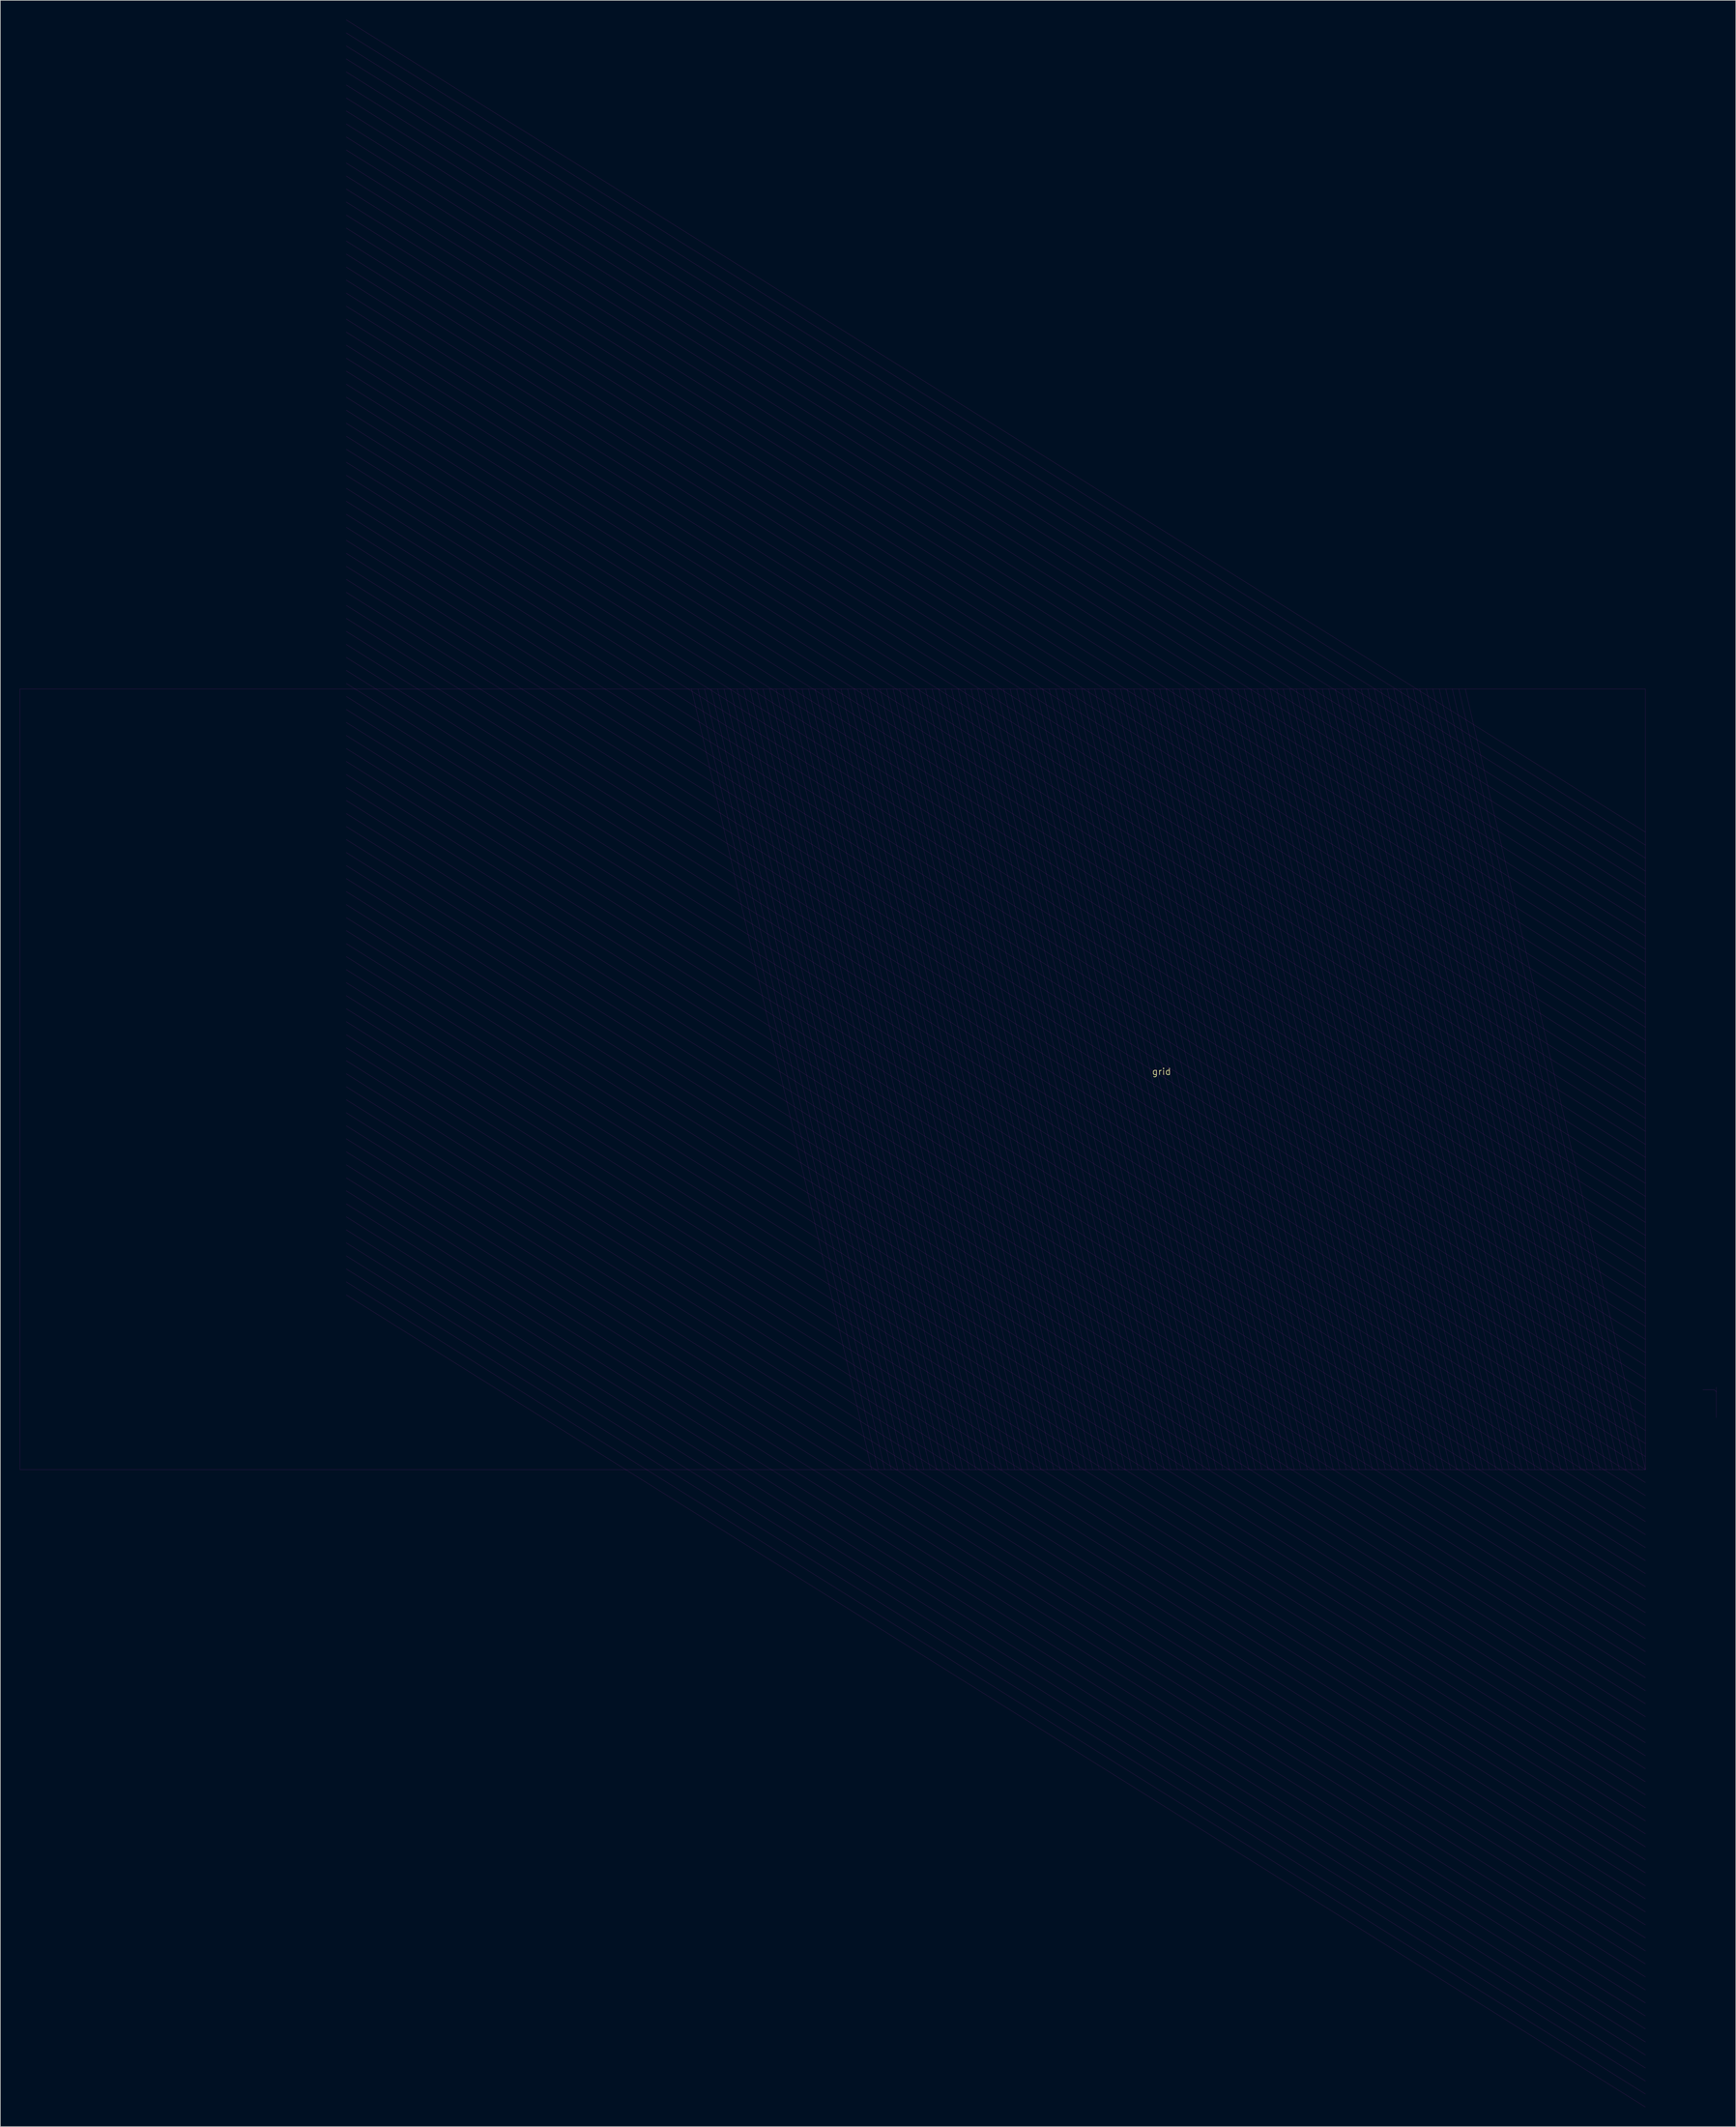
<source format=kicad_pcb>
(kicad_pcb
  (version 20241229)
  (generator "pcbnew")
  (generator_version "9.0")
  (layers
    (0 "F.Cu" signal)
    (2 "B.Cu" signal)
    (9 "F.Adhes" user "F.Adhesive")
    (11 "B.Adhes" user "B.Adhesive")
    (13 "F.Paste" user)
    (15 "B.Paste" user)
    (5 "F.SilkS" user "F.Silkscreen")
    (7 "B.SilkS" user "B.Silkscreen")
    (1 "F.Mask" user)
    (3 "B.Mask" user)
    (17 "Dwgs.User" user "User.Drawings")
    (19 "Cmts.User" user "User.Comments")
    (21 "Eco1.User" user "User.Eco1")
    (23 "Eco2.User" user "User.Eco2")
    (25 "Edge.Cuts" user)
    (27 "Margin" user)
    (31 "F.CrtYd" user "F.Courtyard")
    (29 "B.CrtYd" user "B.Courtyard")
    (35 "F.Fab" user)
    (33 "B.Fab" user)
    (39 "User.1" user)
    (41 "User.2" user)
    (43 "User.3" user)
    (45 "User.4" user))
  (footprint "grid"
    (layer "F.Cu")
    (at 175.585 162.191)
    (property "Reference" "grid" (at 0 -0.5 0) (unlocked yes) (layer "F.SilkS") (effects (font (size 1 1) (thickness 0.1))))
    (fp_line (start -175.58 -59.33) (end 74.42 -59.33) (stroke (width 0.01) (type solid)) (layer "F.CrtYd"))
    (fp_line (start -175.58 60.67) (end -175.58 -59.33) (stroke (width 0.01) (type solid)) (layer "F.CrtYd"))
    (fp_line (start -44.58 60.67) (end -72.284 -59.33) (stroke (width 0.01) (type solid)) (layer "F.CrtYd"))
    (fp_line (start -43.58 60.67) (end -71.284 -59.33) (stroke (width 0.01) (type solid)) (layer "F.CrtYd"))
    (fp_line (start -42.58 60.67) (end -70.284 -59.33) (stroke (width 0.01) (type solid)) (layer "F.CrtYd"))
    (fp_line (start -41.58 60.67) (end -69.284 -59.33) (stroke (width 0.01) (type solid)) (layer "F.CrtYd"))
    (fp_line (start -40.58 60.67) (end -68.284 -59.33) (stroke (width 0.01) (type solid)) (layer "F.CrtYd"))
    (fp_line (start -39.58 60.67) (end -67.284 -59.33) (stroke (width 0.01) (type solid)) (layer "F.CrtYd"))
    (fp_line (start -38.58 60.67) (end -66.284 -59.33) (stroke (width 0.01) (type solid)) (layer "F.CrtYd"))
    (fp_line (start -37.58 60.67) (end -65.284 -59.33) (stroke (width 0.01) (type solid)) (layer "F.CrtYd"))
    (fp_line (start -36.58 60.67) (end -64.284 -59.33) (stroke (width 0.01) (type solid)) (layer "F.CrtYd"))
    (fp_line (start -35.58 60.67) (end -63.284 -59.33) (stroke (width 0.01) (type solid)) (layer "F.CrtYd"))
    (fp_line (start -34.58 60.67) (end -62.284 -59.33) (stroke (width 0.01) (type solid)) (layer "F.CrtYd"))
    (fp_line (start -33.58 60.67) (end -61.284 -59.33) (stroke (width 0.01) (type solid)) (layer "F.CrtYd"))
    (fp_line (start -32.58 60.67) (end -60.284 -59.33) (stroke (width 0.01) (type solid)) (layer "F.CrtYd"))
    (fp_line (start -31.58 60.67) (end -59.284 -59.33) (stroke (width 0.01) (type solid)) (layer "F.CrtYd"))
    (fp_line (start -30.58 60.67) (end -58.284 -59.33) (stroke (width 0.01) (type solid)) (layer "F.CrtYd"))
    (fp_line (start -29.58 60.67) (end -57.284 -59.33) (stroke (width 0.01) (type solid)) (layer "F.CrtYd"))
    (fp_line (start -28.58 60.67) (end -56.284 -59.33) (stroke (width 0.01) (type solid)) (layer "F.CrtYd"))
    (fp_line (start -27.58 60.67) (end -55.284 -59.33) (stroke (width 0.01) (type solid)) (layer "F.CrtYd"))
    (fp_line (start -26.58 60.67) (end -54.284 -59.33) (stroke (width 0.01) (type solid)) (layer "F.CrtYd"))
    (fp_line (start -25.58 60.67) (end -53.284 -59.33) (stroke (width 0.01) (type solid)) (layer "F.CrtYd"))
    (fp_line (start -24.58 60.67) (end -52.284 -59.33) (stroke (width 0.01) (type solid)) (layer "F.CrtYd"))
    (fp_line (start -23.58 60.67) (end -51.284 -59.33) (stroke (width 0.01) (type solid)) (layer "F.CrtYd"))
    (fp_line (start -22.58 60.67) (end -50.284 -59.33) (stroke (width 0.01) (type solid)) (layer "F.CrtYd"))
    (fp_line (start -21.58 60.67) (end -49.284 -59.33) (stroke (width 0.01) (type solid)) (layer "F.CrtYd"))
    (fp_line (start -20.58 60.67) (end -48.284 -59.33) (stroke (width 0.01) (type solid)) (layer "F.CrtYd"))
    (fp_line (start -19.58 60.67) (end -47.284 -59.33) (stroke (width 0.01) (type solid)) (layer "F.CrtYd"))
    (fp_line (start -18.58 60.67) (end -46.284 -59.33) (stroke (width 0.01) (type solid)) (layer "F.CrtYd"))
    (fp_line (start -17.58 60.67) (end -45.284 -59.33) (stroke (width 0.01) (type solid)) (layer "F.CrtYd"))
    (fp_line (start -16.58 60.67) (end -44.284 -59.33) (stroke (width 0.01) (type solid)) (layer "F.CrtYd"))
    (fp_line (start -15.58 60.67) (end -43.284 -59.33) (stroke (width 0.01) (type solid)) (layer "F.CrtYd"))
    (fp_line (start -14.58 60.67) (end -42.284 -59.33) (stroke (width 0.01) (type solid)) (layer "F.CrtYd"))
    (fp_line (start -13.58 60.67) (end -41.284 -59.33) (stroke (width 0.01) (type solid)) (layer "F.CrtYd"))
    (fp_line (start -12.58 60.67) (end -40.284 -59.33) (stroke (width 0.01) (type solid)) (layer "F.CrtYd"))
    (fp_line (start -11.58 60.67) (end -39.284 -59.33) (stroke (width 0.01) (type solid)) (layer "F.CrtYd"))
    (fp_line (start -10.58 60.67) (end -38.284 -59.33) (stroke (width 0.01) (type solid)) (layer "F.CrtYd"))
    (fp_line (start -9.58 60.67) (end -37.284 -59.33) (stroke (width 0.01) (type solid)) (layer "F.CrtYd"))
    (fp_line (start -8.58 60.67) (end -36.284 -59.33) (stroke (width 0.01) (type solid)) (layer "F.CrtYd"))
    (fp_line (start -7.58 60.67) (end -35.284 -59.33) (stroke (width 0.01) (type solid)) (layer "F.CrtYd"))
    (fp_line (start -6.58 60.67) (end -34.284 -59.33) (stroke (width 0.01) (type solid)) (layer "F.CrtYd"))
    (fp_line (start -5.58 60.67) (end -33.284 -59.33) (stroke (width 0.01) (type solid)) (layer "F.CrtYd"))
    (fp_line (start -4.58 60.67) (end -32.284 -59.33) (stroke (width 0.01) (type solid)) (layer "F.CrtYd"))
    (fp_line (start -3.58 60.67) (end -31.284 -59.33) (stroke (width 0.01) (type solid)) (layer "F.CrtYd"))
    (fp_line (start -2.58 60.67) (end -30.284 -59.33) (stroke (width 0.01) (type solid)) (layer "F.CrtYd"))
    (fp_line (start -1.58 60.67) (end -29.284 -59.33) (stroke (width 0.01) (type solid)) (layer "F.CrtYd"))
    (fp_line (start -0.58 60.67) (end -28.284 -59.33) (stroke (width 0.01) (type solid)) (layer "F.CrtYd"))
    (fp_line (start 0.42 60.67) (end -27.284 -59.33) (stroke (width 0.01) (type solid)) (layer "F.CrtYd"))
    (fp_line (start 1.42 60.67) (end -26.284 -59.33) (stroke (width 0.01) (type solid)) (layer "F.CrtYd"))
    (fp_line (start 2.42 60.67) (end -25.284 -59.33) (stroke (width 0.01) (type solid)) (layer "F.CrtYd"))
    (fp_line (start 3.42 60.67) (end -24.284 -59.33) (stroke (width 0.01) (type solid)) (layer "F.CrtYd"))
    (fp_line (start 4.42 60.67) (end -23.284 -59.33) (stroke (width 0.01) (type solid)) (layer "F.CrtYd"))
    (fp_line (start 5.42 60.67) (end -22.284 -59.33) (stroke (width 0.01) (type solid)) (layer "F.CrtYd"))
    (fp_line (start 6.42 60.67) (end -21.284 -59.33) (stroke (width 0.01) (type solid)) (layer "F.CrtYd"))
    (fp_line (start 7.42 60.67) (end -20.284 -59.33) (stroke (width 0.01) (type solid)) (layer "F.CrtYd"))
    (fp_line (start 8.42 60.67) (end -19.284 -59.33) (stroke (width 0.01) (type solid)) (layer "F.CrtYd"))
    (fp_line (start 9.42 60.67) (end -18.284 -59.33) (stroke (width 0.01) (type solid)) (layer "F.CrtYd"))
    (fp_line (start 10.42 60.67) (end -17.284 -59.33) (stroke (width 0.01) (type solid)) (layer "F.CrtYd"))
    (fp_line (start 11.42 60.67) (end -16.284 -59.33) (stroke (width 0.01) (type solid)) (layer "F.CrtYd"))
    (fp_line (start 12.42 60.67) (end -15.284 -59.33) (stroke (width 0.01) (type solid)) (layer "F.CrtYd"))
    (fp_line (start 13.42 60.67) (end -14.284 -59.33) (stroke (width 0.01) (type solid)) (layer "F.CrtYd"))
    (fp_line (start 14.42 60.67) (end -13.284 -59.33) (stroke (width 0.01) (type solid)) (layer "F.CrtYd"))
    (fp_line (start 15.42 60.67) (end -12.284 -59.33) (stroke (width 0.01) (type solid)) (layer "F.CrtYd"))
    (fp_line (start 16.42 60.67) (end -11.284 -59.33) (stroke (width 0.01) (type solid)) (layer "F.CrtYd"))
    (fp_line (start 17.42 60.67) (end -10.284 -59.33) (stroke (width 0.01) (type solid)) (layer "F.CrtYd"))
    (fp_line (start 18.42 60.67) (end -9.284 -59.33) (stroke (width 0.01) (type solid)) (layer "F.CrtYd"))
    (fp_line (start 19.42 60.67) (end -8.284 -59.33) (stroke (width 0.01) (type solid)) (layer "F.CrtYd"))
    (fp_line (start 20.42 60.67) (end -7.284 -59.33) (stroke (width 0.01) (type solid)) (layer "F.CrtYd"))
    (fp_line (start 21.42 60.67) (end -6.284 -59.33) (stroke (width 0.01) (type solid)) (layer "F.CrtYd"))
    (fp_line (start 22.42 60.67) (end -5.284 -59.33) (stroke (width 0.01) (type solid)) (layer "F.CrtYd"))
    (fp_line (start 23.42 60.67) (end -4.284 -59.33) (stroke (width 0.01) (type solid)) (layer "F.CrtYd"))
    (fp_line (start 24.42 60.67) (end -3.284 -59.33) (stroke (width 0.01) (type solid)) (layer "F.CrtYd"))
    (fp_line (start 25.42 60.67) (end -2.284 -59.33) (stroke (width 0.01) (type solid)) (layer "F.CrtYd"))
    (fp_line (start 26.42 60.67) (end -1.284 -59.33) (stroke (width 0.01) (type solid)) (layer "F.CrtYd"))
    (fp_line (start 27.42 60.67) (end -0.284 -59.33) (stroke (width 0.01) (type solid)) (layer "F.CrtYd"))
    (fp_line (start 28.42 60.67) (end 0.716 -59.33) (stroke (width 0.01) (type solid)) (layer "F.CrtYd"))
    (fp_line (start 29.42 60.67) (end 1.716 -59.33) (stroke (width 0.01) (type solid)) (layer "F.CrtYd"))
    (fp_line (start 30.42 60.67) (end 2.716 -59.33) (stroke (width 0.01) (type solid)) (layer "F.CrtYd"))
    (fp_line (start 31.42 60.67) (end 3.716 -59.33) (stroke (width 0.01) (type solid)) (layer "F.CrtYd"))
    (fp_line (start 32.42 60.67) (end 4.716 -59.33) (stroke (width 0.01) (type solid)) (layer "F.CrtYd"))
    (fp_line (start 33.42 60.67) (end 5.716 -59.33) (stroke (width 0.01) (type solid)) (layer "F.CrtYd"))
    (fp_line (start 34.42 60.67) (end 6.716 -59.33) (stroke (width 0.01) (type solid)) (layer "F.CrtYd"))
    (fp_line (start 35.42 60.67) (end 7.716 -59.33) (stroke (width 0.01) (type solid)) (layer "F.CrtYd"))
    (fp_line (start 36.42 60.67) (end 8.716 -59.33) (stroke (width 0.01) (type solid)) (layer "F.CrtYd"))
    (fp_line (start 37.42 60.67) (end 9.716 -59.33) (stroke (width 0.01) (type solid)) (layer "F.CrtYd"))
    (fp_line (start 38.42 60.67) (end 10.716 -59.33) (stroke (width 0.01) (type solid)) (layer "F.CrtYd"))
    (fp_line (start 39.42 60.67) (end 11.716 -59.33) (stroke (width 0.01) (type solid)) (layer "F.CrtYd"))
    (fp_line (start 40.42 60.67) (end 12.716 -59.33) (stroke (width 0.01) (type solid)) (layer "F.CrtYd"))
    (fp_line (start 41.42 60.67) (end 13.716 -59.33) (stroke (width 0.01) (type solid)) (layer "F.CrtYd"))
    (fp_line (start 42.42 60.67) (end 14.716 -59.33) (stroke (width 0.01) (type solid)) (layer "F.CrtYd"))
    (fp_line (start 43.42 60.67) (end 15.716 -59.33) (stroke (width 0.01) (type solid)) (layer "F.CrtYd"))
    (fp_line (start 44.42 60.67) (end 16.716 -59.33) (stroke (width 0.01) (type solid)) (layer "F.CrtYd"))
    (fp_line (start 45.42 60.67) (end 17.716 -59.33) (stroke (width 0.01) (type solid)) (layer "F.CrtYd"))
    (fp_line (start 46.42 60.67) (end 18.716 -59.33) (stroke (width 0.01) (type solid)) (layer "F.CrtYd"))
    (fp_line (start 47.42 60.67) (end 19.716 -59.33) (stroke (width 0.01) (type solid)) (layer "F.CrtYd"))
    (fp_line (start 48.42 60.67) (end 20.716 -59.33) (stroke (width 0.01) (type solid)) (layer "F.CrtYd"))
    (fp_line (start 49.42 60.67) (end 21.716 -59.33) (stroke (width 0.01) (type solid)) (layer "F.CrtYd"))
    (fp_line (start 50.42 60.67) (end 22.716 -59.33) (stroke (width 0.01) (type solid)) (layer "F.CrtYd"))
    (fp_line (start 51.42 60.67) (end 23.716 -59.33) (stroke (width 0.01) (type solid)) (layer "F.CrtYd"))
    (fp_line (start 52.42 60.67) (end 24.716 -59.33) (stroke (width 0.01) (type solid)) (layer "F.CrtYd"))
    (fp_line (start 53.42 60.67) (end 25.716 -59.33) (stroke (width 0.01) (type solid)) (layer "F.CrtYd"))
    (fp_line (start 54.42 60.67) (end 26.716 -59.33) (stroke (width 0.01) (type solid)) (layer "F.CrtYd"))
    (fp_line (start 55.42 60.67) (end 27.716 -59.33) (stroke (width 0.01) (type solid)) (layer "F.CrtYd"))
    (fp_line (start 56.42 60.67) (end 28.716 -59.33) (stroke (width 0.01) (type solid)) (layer "F.CrtYd"))
    (fp_line (start 57.42 60.67) (end 29.716 -59.33) (stroke (width 0.01) (type solid)) (layer "F.CrtYd"))
    (fp_line (start 58.42 60.67) (end 30.716 -59.33) (stroke (width 0.01) (type solid)) (layer "F.CrtYd"))
    (fp_line (start 59.42 60.67) (end 31.716 -59.33) (stroke (width 0.01) (type solid)) (layer "F.CrtYd"))
    (fp_line (start 60.42 60.67) (end 32.716 -59.33) (stroke (width 0.01) (type solid)) (layer "F.CrtYd"))
    (fp_line (start 61.42 60.67) (end 33.716 -59.33) (stroke (width 0.01) (type solid)) (layer "F.CrtYd"))
    (fp_line (start 62.42 60.67) (end 34.716 -59.33) (stroke (width 0.01) (type solid)) (layer "F.CrtYd"))
    (fp_line (start 63.42 60.67) (end 35.716 -59.33) (stroke (width 0.01) (type solid)) (layer "F.CrtYd"))
    (fp_line (start 64.42 60.67) (end 36.716 -59.33) (stroke (width 0.01) (type solid)) (layer "F.CrtYd"))
    (fp_line (start 65.42 60.67) (end 37.716 -59.33) (stroke (width 0.01) (type solid)) (layer "F.CrtYd"))
    (fp_line (start 66.42 60.67) (end 38.716 -59.33) (stroke (width 0.01) (type solid)) (layer "F.CrtYd"))
    (fp_line (start 67.42 60.67) (end 39.716 -59.33) (stroke (width 0.01) (type solid)) (layer "F.CrtYd"))
    (fp_line (start 68.42 60.67) (end 40.716 -59.33) (stroke (width 0.01) (type solid)) (layer "F.CrtYd"))
    (fp_line (start 69.42 60.67) (end 41.716 -59.33) (stroke (width 0.01) (type solid)) (layer "F.CrtYd"))
    (fp_line (start 70.42 60.67) (end 42.716 -59.33) (stroke (width 0.01) (type solid)) (layer "F.CrtYd"))
    (fp_line (start 71.42 60.67) (end 43.716 -59.33) (stroke (width 0.01) (type solid)) (layer "F.CrtYd"))
    (fp_line (start 72.42 60.67) (end 44.716 -59.33) (stroke (width 0.01) (type solid)) (layer "F.CrtYd"))
    (fp_line (start 73.42 60.67) (end 45.716 -59.33) (stroke (width 0.01) (type solid)) (layer "F.CrtYd"))
    (fp_line (start 74.42 -59.33) (end 74.42 60.67) (stroke (width 0.01) (type solid)) (layer "F.CrtYd"))
    (fp_line (start 74.42 -37.33) (end -125.392 -162.186) (stroke (width 0.01) (type solid)) (layer "F.CrtYd"))
    (fp_line (start 74.42 -35.33) (end -125.392 -160.186) (stroke (width 0.01) (type solid)) (layer "F.CrtYd"))
    (fp_line (start 74.42 -33.33) (end -125.392 -158.186) (stroke (width 0.01) (type solid)) (layer "F.CrtYd"))
    (fp_line (start 74.42 -31.33) (end -125.392 -156.186) (stroke (width 0.01) (type solid)) (layer "F.CrtYd"))
    (fp_line (start 74.42 -29.33) (end -125.392 -154.186) (stroke (width 0.01) (type solid)) (layer "F.CrtYd"))
    (fp_line (start 74.42 -27.33) (end -125.392 -152.186) (stroke (width 0.01) (type solid)) (layer "F.CrtYd"))
    (fp_line (start 74.42 -25.33) (end -125.392 -150.186) (stroke (width 0.01) (type solid)) (layer "F.CrtYd"))
    (fp_line (start 74.42 -23.33) (end -125.392 -148.186) (stroke (width 0.01) (type solid)) (layer "F.CrtYd"))
    (fp_line (start 74.42 -21.33) (end -125.392 -146.186) (stroke (width 0.01) (type solid)) (layer "F.CrtYd"))
    (fp_line (start 74.42 -19.33) (end -125.392 -144.186) (stroke (width 0.01) (type solid)) (layer "F.CrtYd"))
    (fp_line (start 74.42 -17.33) (end -125.392 -142.186) (stroke (width 0.01) (type solid)) (layer "F.CrtYd"))
    (fp_line (start 74.42 -15.33) (end -125.392 -140.186) (stroke (width 0.01) (type solid)) (layer "F.CrtYd"))
    (fp_line (start 74.42 -13.33) (end -125.392 -138.186) (stroke (width 0.01) (type solid)) (layer "F.CrtYd"))
    (fp_line (start 74.42 -11.33) (end -125.392 -136.186) (stroke (width 0.01) (type solid)) (layer "F.CrtYd"))
    (fp_line (start 74.42 -9.33) (end -125.392 -134.186) (stroke (width 0.01) (type solid)) (layer "F.CrtYd"))
    (fp_line (start 74.42 -7.33) (end -125.392 -132.186) (stroke (width 0.01) (type solid)) (layer "F.CrtYd"))
    (fp_line (start 74.42 -5.33) (end -125.392 -130.186) (stroke (width 0.01) (type solid)) (layer "F.CrtYd"))
    (fp_line (start 74.42 -3.33) (end -125.392 -128.186) (stroke (width 0.01) (type solid)) (layer "F.CrtYd"))
    (fp_line (start 74.42 -1.33) (end -125.392 -126.186) (stroke (width 0.01) (type solid)) (layer "F.CrtYd"))
    (fp_line (start 74.42 0.67) (end -125.392 -124.186) (stroke (width 0.01) (type solid)) (layer "F.CrtYd"))
    (fp_line (start 74.42 2.67) (end -125.392 -122.186) (stroke (width 0.01) (type solid)) (layer "F.CrtYd"))
    (fp_line (start 74.42 4.67) (end -125.392 -120.186) (stroke (width 0.01) (type solid)) (layer "F.CrtYd"))
    (fp_line (start 74.42 6.67) (end -125.392 -118.186) (stroke (width 0.01) (type solid)) (layer "F.CrtYd"))
    (fp_line (start 74.42 8.67) (end -125.392 -116.186) (stroke (width 0.01) (type solid)) (layer "F.CrtYd"))
    (fp_line (start 74.42 10.67) (end -125.392 -114.186) (stroke (width 0.01) (type solid)) (layer "F.CrtYd"))
    (fp_line (start 74.42 12.67) (end -125.392 -112.186) (stroke (width 0.01) (type solid)) (layer "F.CrtYd"))
    (fp_line (start 74.42 14.67) (end -125.392 -110.186) (stroke (width 0.01) (type solid)) (layer "F.CrtYd"))
    (fp_line (start 74.42 16.67) (end -125.392 -108.186) (stroke (width 0.01) (type solid)) (layer "F.CrtYd"))
    (fp_line (start 74.42 18.67) (end -125.392 -106.186) (stroke (width 0.01) (type solid)) (layer "F.CrtYd"))
    (fp_line (start 74.42 20.67) (end -125.392 -104.186) (stroke (width 0.01) (type solid)) (layer "F.CrtYd"))
    (fp_line (start 74.42 22.67) (end -125.392 -102.186) (stroke (width 0.01) (type solid)) (layer "F.CrtYd"))
    (fp_line (start 74.42 24.67) (end -125.392 -100.186) (stroke (width 0.01) (type solid)) (layer "F.CrtYd"))
    (fp_line (start 74.42 26.67) (end -125.392 -98.186) (stroke (width 0.01) (type solid)) (layer "F.CrtYd"))
    (fp_line (start 74.42 28.67) (end -125.392 -96.186) (stroke (width 0.01) (type solid)) (layer "F.CrtYd"))
    (fp_line (start 74.42 30.67) (end -125.392 -94.186) (stroke (width 0.01) (type solid)) (layer "F.CrtYd"))
    (fp_line (start 74.42 32.67) (end -125.392 -92.186) (stroke (width 0.01) (type solid)) (layer "F.CrtYd"))
    (fp_line (start 74.42 34.67) (end -125.392 -90.186) (stroke (width 0.01) (type solid)) (layer "F.CrtYd"))
    (fp_line (start 74.42 36.67) (end -125.392 -88.186) (stroke (width 0.01) (type solid)) (layer "F.CrtYd"))
    (fp_line (start 74.42 38.67) (end -125.392 -86.186) (stroke (width 0.01) (type solid)) (layer "F.CrtYd"))
    (fp_line (start 74.42 40.67) (end -125.392 -84.186) (stroke (width 0.01) (type solid)) (layer "F.CrtYd"))
    (fp_line (start 74.42 42.67) (end -125.392 -82.186) (stroke (width 0.01) (type solid)) (layer "F.CrtYd"))
    (fp_line (start 74.42 44.67) (end -125.392 -80.186) (stroke (width 0.01) (type solid)) (layer "F.CrtYd"))
    (fp_line (start 74.42 46.67) (end -125.392 -78.186) (stroke (width 0.01) (type solid)) (layer "F.CrtYd"))
    (fp_line (start 74.42 48.67) (end -125.392 -76.186) (stroke (width 0.01) (type solid)) (layer "F.CrtYd"))
    (fp_line (start 74.42 50.67) (end -125.392 -74.186) (stroke (width 0.01) (type solid)) (layer "F.CrtYd"))
    (fp_line (start 74.42 52.67) (end -125.392 -72.186) (stroke (width 0.01) (type solid)) (layer "F.CrtYd"))
    (fp_line (start 74.42 54.67) (end -125.392 -70.186) (stroke (width 0.01) (type solid)) (layer "F.CrtYd"))
    (fp_line (start 74.42 56.67) (end -125.392 -68.186) (stroke (width 0.01) (type solid)) (layer "F.CrtYd"))
    (fp_line (start 74.42 58.67) (end -125.392 -66.186) (stroke (width 0.01) (type solid)) (layer "F.CrtYd"))
    (fp_line (start 74.42 60.67) (end -175.58 60.67) (stroke (width 0.01) (type solid)) (layer "F.CrtYd"))
    (fp_line (start 74.42 60.67) (end -125.392 -64.186) (stroke (width 0.01) (type solid)) (layer "F.CrtYd"))
    (fp_line (start 74.42 60.67) (end 46.716 -59.33) (stroke (width 0.01) (type solid)) (layer "F.CrtYd"))
    (fp_line (start 74.42 62.67) (end -125.392 -62.186) (stroke (width 0.01) (type solid)) (layer "F.CrtYd"))
    (fp_line (start 74.42 64.67) (end -125.392 -60.186) (stroke (width 0.01) (type solid)) (layer "F.CrtYd"))
    (fp_line (start 74.42 66.67) (end -125.392 -58.186) (stroke (width 0.01) (type solid)) (layer "F.CrtYd"))
    (fp_line (start 74.42 68.67) (end -125.392 -56.186) (stroke (width 0.01) (type solid)) (layer "F.CrtYd"))
    (fp_line (start 74.42 70.67) (end -125.392 -54.186) (stroke (width 0.01) (type solid)) (layer "F.CrtYd"))
    (fp_line (start 74.42 72.67) (end -125.392 -52.186) (stroke (width 0.01) (type solid)) (layer "F.CrtYd"))
    (fp_line (start 74.42 74.67) (end -125.392 -50.186) (stroke (width 0.01) (type solid)) (layer "F.CrtYd"))
    (fp_line (start 74.42 76.67) (end -125.392 -48.186) (stroke (width 0.01) (type solid)) (layer "F.CrtYd"))
    (fp_line (start 74.42 78.67) (end -125.392 -46.186) (stroke (width 0.01) (type solid)) (layer "F.CrtYd"))
    (fp_line (start 74.42 80.67) (end -125.392 -44.186) (stroke (width 0.01) (type solid)) (layer "F.CrtYd"))
    (fp_line (start 74.42 82.67) (end -125.392 -42.186) (stroke (width 0.01) (type solid)) (layer "F.CrtYd"))
    (fp_line (start 74.42 84.67) (end -125.392 -40.186) (stroke (width 0.01) (type solid)) (layer "F.CrtYd"))
    (fp_line (start 74.42 86.67) (end -125.392 -38.186) (stroke (width 0.01) (type solid)) (layer "F.CrtYd"))
    (fp_line (start 74.42 88.67) (end -125.392 -36.186) (stroke (width 0.01) (type solid)) (layer "F.CrtYd"))
    (fp_line (start 74.42 90.67) (end -125.392 -34.186) (stroke (width 0.01) (type solid)) (layer "F.CrtYd"))
    (fp_line (start 74.42 92.67) (end -125.392 -32.186) (stroke (width 0.01) (type solid)) (layer "F.CrtYd"))
    (fp_line (start 74.42 94.67) (end -125.392 -30.186) (stroke (width 0.01) (type solid)) (layer "F.CrtYd"))
    (fp_line (start 74.42 96.67) (end -125.392 -28.186) (stroke (width 0.01) (type solid)) (layer "F.CrtYd"))
    (fp_line (start 74.42 98.67) (end -125.392 -26.186) (stroke (width 0.01) (type solid)) (layer "F.CrtYd"))
    (fp_line (start 74.42 100.67) (end -125.392 -24.186) (stroke (width 0.01) (type solid)) (layer "F.CrtYd"))
    (fp_line (start 74.42 102.67) (end -125.392 -22.186) (stroke (width 0.01) (type solid)) (layer "F.CrtYd"))
    (fp_line (start 74.42 104.67) (end -125.392 -20.186) (stroke (width 0.01) (type solid)) (layer "F.CrtYd"))
    (fp_line (start 74.42 106.67) (end -125.392 -18.186) (stroke (width 0.01) (type solid)) (layer "F.CrtYd"))
    (fp_line (start 74.42 108.67) (end -125.392 -16.186) (stroke (width 0.01) (type solid)) (layer "F.CrtYd"))
    (fp_line (start 74.42 110.67) (end -125.392 -14.186) (stroke (width 0.01) (type solid)) (layer "F.CrtYd"))
    (fp_line (start 74.42 112.67) (end -125.392 -12.186) (stroke (width 0.01) (type solid)) (layer "F.CrtYd"))
    (fp_line (start 74.42 114.67) (end -125.392 -10.186) (stroke (width 0.01) (type solid)) (layer "F.CrtYd"))
    (fp_line (start 74.42 116.67) (end -125.392 -8.186) (stroke (width 0.01) (type solid)) (layer "F.CrtYd"))
    (fp_line (start 74.42 118.67) (end -125.392 -6.186) (stroke (width 0.01) (type solid)) (layer "F.CrtYd"))
    (fp_line (start 74.42 120.67) (end -125.392 -4.186) (stroke (width 0.01) (type solid)) (layer "F.CrtYd"))
    (fp_line (start 74.42 122.67) (end -125.392 -2.186) (stroke (width 0.01) (type solid)) (layer "F.CrtYd"))
    (fp_line (start 74.42 124.67) (end -125.392 -0.186) (stroke (width 0.01) (type solid)) (layer "F.CrtYd"))
    (fp_line (start 74.42 126.67) (end -125.392 1.814) (stroke (width 0.01) (type solid)) (layer "F.CrtYd"))
    (fp_line (start 74.42 128.67) (end -125.392 3.814) (stroke (width 0.01) (type solid)) (layer "F.CrtYd"))
    (fp_line (start 74.42 130.67) (end -125.392 5.814) (stroke (width 0.01) (type solid)) (layer "F.CrtYd"))
    (fp_line (start 74.42 132.67) (end -125.392 7.814) (stroke (width 0.01) (type solid)) (layer "F.CrtYd"))
    (fp_line (start 74.42 134.67) (end -125.392 9.814) (stroke (width 0.01) (type solid)) (layer "F.CrtYd"))
    (fp_line (start 74.42 136.67) (end -125.392 11.814) (stroke (width 0.01) (type solid)) (layer "F.CrtYd"))
    (fp_line (start 74.42 138.67) (end -125.392 13.814) (stroke (width 0.01) (type solid)) (layer "F.CrtYd"))
    (fp_line (start 74.42 140.67) (end -125.392 15.814) (stroke (width 0.01) (type solid)) (layer "F.CrtYd"))
    (fp_line (start 74.42 142.67) (end -125.392 17.814) (stroke (width 0.01) (type solid)) (layer "F.CrtYd"))
    (fp_line (start 74.42 144.67) (end -125.392 19.814) (stroke (width 0.01) (type solid)) (layer "F.CrtYd"))
    (fp_line (start 74.42 146.67) (end -125.392 21.814) (stroke (width 0.01) (type solid)) (layer "F.CrtYd"))
    (fp_line (start 74.42 148.67) (end -125.392 23.814) (stroke (width 0.01) (type solid)) (layer "F.CrtYd"))
    (fp_line (start 74.42 150.67) (end -125.392 25.814) (stroke (width 0.01) (type solid)) (layer "F.CrtYd"))
    (fp_line (start 74.42 152.67) (end -125.392 27.814) (stroke (width 0.01) (type solid)) (layer "F.CrtYd"))
    (fp_line (start 74.42 154.67) (end -125.392 29.814) (stroke (width 0.01) (type solid)) (layer "F.CrtYd"))
    (fp_line (start 74.42 156.67) (end -125.392 31.814) (stroke (width 0.01) (type solid)) (layer "F.CrtYd"))
    (fp_line (start 74.42 158.67) (end -125.392 33.814) (stroke (width 0.01) (type solid)) (layer "F.CrtYd"))
    (fp_line (start 84.977 48.382) (end 83.237 48.382) (stroke (width 0.01) (type solid)) (layer "F.CrtYd"))
    (fp_line (start 85.307 48.712) (end 84.977 48.382) (stroke (width 0.01) (type solid)) (layer "F.CrtYd"))
    (fp_line (start 85.307 48.712) (end 85.307 47.994) (stroke (width 0.01) (type solid)) (layer "F.CrtYd"))
    (fp_line (start 85.307 52.7) (end 85.307 48.712) (stroke (width 0.01) (type solid)) (layer "F.CrtYd")))
  (gr_rect
    (start -3 -3)
    (end 263.897 323.866)
    (stroke (width 0.1) (type default))
    (fill no)
    (layer "Edge.Cuts")))
</source>
